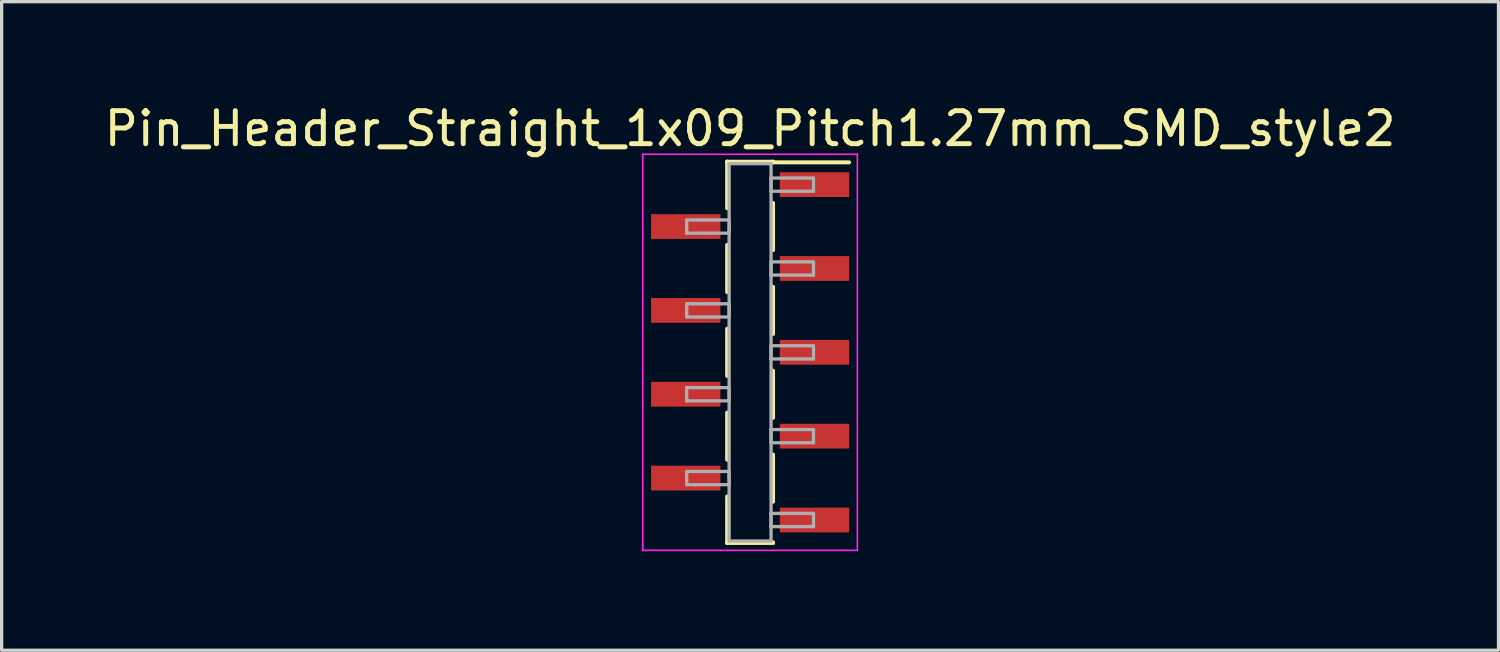
<source format=kicad_pcb>
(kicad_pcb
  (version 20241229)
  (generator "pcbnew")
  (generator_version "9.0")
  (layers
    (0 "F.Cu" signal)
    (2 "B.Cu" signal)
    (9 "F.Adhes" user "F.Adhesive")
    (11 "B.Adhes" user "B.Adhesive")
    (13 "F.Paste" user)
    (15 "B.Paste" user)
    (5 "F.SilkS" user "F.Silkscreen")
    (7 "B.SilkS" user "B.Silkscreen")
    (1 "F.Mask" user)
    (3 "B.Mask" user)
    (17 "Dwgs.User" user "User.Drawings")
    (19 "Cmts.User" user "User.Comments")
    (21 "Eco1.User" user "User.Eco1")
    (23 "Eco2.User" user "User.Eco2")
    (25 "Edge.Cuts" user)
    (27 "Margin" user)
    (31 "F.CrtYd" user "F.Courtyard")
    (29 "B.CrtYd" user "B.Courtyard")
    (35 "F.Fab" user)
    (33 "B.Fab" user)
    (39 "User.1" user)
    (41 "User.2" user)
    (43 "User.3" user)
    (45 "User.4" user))
  (footprint "Pin_Header_Straight_1x09_Pitch1.27mm_SMD_style2"
    (layer "F.Cu")
    (at 19.673 7.623)
    (property "Reference" "Pin_Header_Straight_1x09_Pitch1.27mm_SMD_style2" (at 0 -6.775 0) (layer "F.SilkS") (effects (font (size 1 1) (thickness 0.15))))
    (attr smd)
    (fp_line (start -0.695 -5.775) (end -0.695 -4.365) (stroke (width 0.12) (type solid)) (layer "F.SilkS"))
    (fp_line (start -0.695 -5.775) (end 0.695 -5.775) (stroke (width 0.12) (type solid)) (layer "F.SilkS"))
    (fp_line (start -0.695 -5.755) (end -0.695 -5.775) (stroke (width 0.12) (type solid)) (layer "F.SilkS"))
    (fp_line (start -0.695 -3.255) (end -0.695 -1.825) (stroke (width 0.12) (type solid)) (layer "F.SilkS"))
    (fp_line (start -0.695 -0.715) (end -0.695 0.715) (stroke (width 0.12) (type solid)) (layer "F.SilkS"))
    (fp_line (start -0.695 1.825) (end -0.695 3.255) (stroke (width 0.12) (type solid)) (layer "F.SilkS"))
    (fp_line (start -0.695 4.365) (end -0.695 5.775) (stroke (width 0.12) (type solid)) (layer "F.SilkS"))
    (fp_line (start -0.695 5.755) (end -0.695 5.775) (stroke (width 0.12) (type solid)) (layer "F.SilkS"))
    (fp_line (start -0.695 5.775) (end 0.695 5.775) (stroke (width 0.12) (type solid)) (layer "F.SilkS"))
    (fp_line (start 0.695 -5.775) (end 0.695 -5.755) (stroke (width 0.12) (type solid)) (layer "F.SilkS"))
    (fp_line (start 0.695 -5.755) (end 3 -5.755) (stroke (width 0.12) (type solid)) (layer "F.SilkS"))
    (fp_line (start 0.695 -4.525) (end 0.695 -3.095) (stroke (width 0.12) (type solid)) (layer "F.SilkS"))
    (fp_line (start 0.695 -1.985) (end 0.695 -0.555) (stroke (width 0.12) (type solid)) (layer "F.SilkS"))
    (fp_line (start 0.695 0.555) (end 0.695 1.985) (stroke (width 0.12) (type solid)) (layer "F.SilkS"))
    (fp_line (start 0.695 3.095) (end 0.695 4.525) (stroke (width 0.12) (type solid)) (layer "F.SilkS"))
    (fp_line (start 0.695 5.775) (end 0.695 5.755) (stroke (width 0.12) (type solid)) (layer "F.SilkS"))
    (fp_line (start -3.25 -6) (end -3.25 6) (stroke (width 0.05) (type solid)) (layer "F.CrtYd"))
    (fp_line (start -3.25 6) (end 3.25 6) (stroke (width 0.05) (type solid)) (layer "F.CrtYd"))
    (fp_line (start 3.25 -6) (end -3.25 -6) (stroke (width 0.05) (type solid)) (layer "F.CrtYd"))
    (fp_line (start 3.25 6) (end 3.25 -6) (stroke (width 0.05) (type solid)) (layer "F.CrtYd"))
    (fp_line (start -1.92 -4.01) (end -0.635 -4.01) (stroke (width 0.1) (type solid)) (layer "F.Fab"))
    (fp_line (start -1.92 -3.61) (end -1.92 -4.01) (stroke (width 0.1) (type solid)) (layer "F.Fab"))
    (fp_line (start -1.92 -1.47) (end -0.635 -1.47) (stroke (width 0.1) (type solid)) (layer "F.Fab"))
    (fp_line (start -1.92 -1.07) (end -1.92 -1.47) (stroke (width 0.1) (type solid)) (layer "F.Fab"))
    (fp_line (start -1.92 1.07) (end -0.635 1.07) (stroke (width 0.1) (type solid)) (layer "F.Fab"))
    (fp_line (start -1.92 1.47) (end -1.92 1.07) (stroke (width 0.1) (type solid)) (layer "F.Fab"))
    (fp_line (start -1.92 3.61) (end -0.635 3.61) (stroke (width 0.1) (type solid)) (layer "F.Fab"))
    (fp_line (start -1.92 4.01) (end -1.92 3.61) (stroke (width 0.1) (type solid)) (layer "F.Fab"))
    (fp_line (start -0.635 -5.715) (end -0.635 5.715) (stroke (width 0.1) (type solid)) (layer "F.Fab"))
    (fp_line (start -0.635 -4.01) (end -0.635 -3.61) (stroke (width 0.1) (type solid)) (layer "F.Fab"))
    (fp_line (start -0.635 -3.61) (end -1.92 -3.61) (stroke (width 0.1) (type solid)) (layer "F.Fab"))
    (fp_line (start -0.635 -1.47) (end -0.635 -1.07) (stroke (width 0.1) (type solid)) (layer "F.Fab"))
    (fp_line (start -0.635 -1.07) (end -1.92 -1.07) (stroke (width 0.1) (type solid)) (layer "F.Fab"))
    (fp_line (start -0.635 1.07) (end -0.635 1.47) (stroke (width 0.1) (type solid)) (layer "F.Fab"))
    (fp_line (start -0.635 1.47) (end -1.92 1.47) (stroke (width 0.1) (type solid)) (layer "F.Fab"))
    (fp_line (start -0.635 3.61) (end -0.635 4.01) (stroke (width 0.1) (type solid)) (layer "F.Fab"))
    (fp_line (start -0.635 4.01) (end -1.92 4.01) (stroke (width 0.1) (type solid)) (layer "F.Fab"))
    (fp_line (start -0.635 5.715) (end 0.635 5.715) (stroke (width 0.1) (type solid)) (layer "F.Fab"))
    (fp_line (start 0.635 -5.715) (end -0.635 -5.715) (stroke (width 0.1) (type solid)) (layer "F.Fab"))
    (fp_line (start 0.635 -5.28) (end 0.635 -4.88) (stroke (width 0.1) (type solid)) (layer "F.Fab"))
    (fp_line (start 0.635 -4.88) (end 1.92 -4.88) (stroke (width 0.1) (type solid)) (layer "F.Fab"))
    (fp_line (start 0.635 -2.74) (end 0.635 -2.34) (stroke (width 0.1) (type solid)) (layer "F.Fab"))
    (fp_line (start 0.635 -2.34) (end 1.92 -2.34) (stroke (width 0.1) (type solid)) (layer "F.Fab"))
    (fp_line (start 0.635 -0.2) (end 0.635 0.2) (stroke (width 0.1) (type solid)) (layer "F.Fab"))
    (fp_line (start 0.635 0.2) (end 1.92 0.2) (stroke (width 0.1) (type solid)) (layer "F.Fab"))
    (fp_line (start 0.635 2.34) (end 0.635 2.74) (stroke (width 0.1) (type solid)) (layer "F.Fab"))
    (fp_line (start 0.635 2.74) (end 1.92 2.74) (stroke (width 0.1) (type solid)) (layer "F.Fab"))
    (fp_line (start 0.635 4.88) (end 0.635 5.28) (stroke (width 0.1) (type solid)) (layer "F.Fab"))
    (fp_line (start 0.635 5.28) (end 1.92 5.28) (stroke (width 0.1) (type solid)) (layer "F.Fab"))
    (fp_line (start 0.635 5.715) (end 0.635 -5.715) (stroke (width 0.1) (type solid)) (layer "F.Fab"))
    (fp_line (start 1.92 -5.28) (end 0.635 -5.28) (stroke (width 0.1) (type solid)) (layer "F.Fab"))
    (fp_line (start 1.92 -4.88) (end 1.92 -5.28) (stroke (width 0.1) (type solid)) (layer "F.Fab"))
    (fp_line (start 1.92 -2.74) (end 0.635 -2.74) (stroke (width 0.1) (type solid)) (layer "F.Fab"))
    (fp_line (start 1.92 -2.34) (end 1.92 -2.74) (stroke (width 0.1) (type solid)) (layer "F.Fab"))
    (fp_line (start 1.92 -0.2) (end 0.635 -0.2) (stroke (width 0.1) (type solid)) (layer "F.Fab"))
    (fp_line (start 1.92 0.2) (end 1.92 -0.2) (stroke (width 0.1) (type solid)) (layer "F.Fab"))
    (fp_line (start 1.92 2.34) (end 0.635 2.34) (stroke (width 0.1) (type solid)) (layer "F.Fab"))
    (fp_line (start 1.92 2.74) (end 1.92 2.34) (stroke (width 0.1) (type solid)) (layer "F.Fab"))
    (fp_line (start 1.92 4.88) (end 0.635 4.88) (stroke (width 0.1) (type solid)) (layer "F.Fab"))
    (fp_line (start 1.92 5.28) (end 1.92 4.88) (stroke (width 0.1) (type solid)) (layer "F.Fab"))
    (pad "1" smd rect (at 1.95 -5.08) (size 2.1 0.75) (layers "F.Cu" "F.Mask"))
    (pad "2" smd rect (at -1.95 -3.81) (size 2.1 0.75) (layers "F.Cu" "F.Mask"))
    (pad "3" smd rect (at 1.95 -2.54) (size 2.1 0.75) (layers "F.Cu" "F.Mask"))
    (pad "4" smd rect (at -1.95 -1.27) (size 2.1 0.75) (layers "F.Cu" "F.Mask"))
    (pad "5" smd rect (at 1.95 0) (size 2.1 0.75) (layers "F.Cu" "F.Mask"))
    (pad "6" smd rect (at -1.95 1.27) (size 2.1 0.75) (layers "F.Cu" "F.Mask"))
    (pad "7" smd rect (at 1.95 2.54) (size 2.1 0.75) (layers "F.Cu" "F.Mask"))
    (pad "8" smd rect (at -1.95 3.81) (size 2.1 0.75) (layers "F.Cu" "F.Mask"))
    (pad "9" smd rect (at 1.95 5.08) (size 2.1 0.75) (layers "F.Cu" "F.Mask")))
  (gr_rect
    (start -3 -3)
    (end 42.345 16.648)
    (stroke (width 0.1) (type default))
    (fill no)
    (layer "Edge.Cuts")))
</source>
